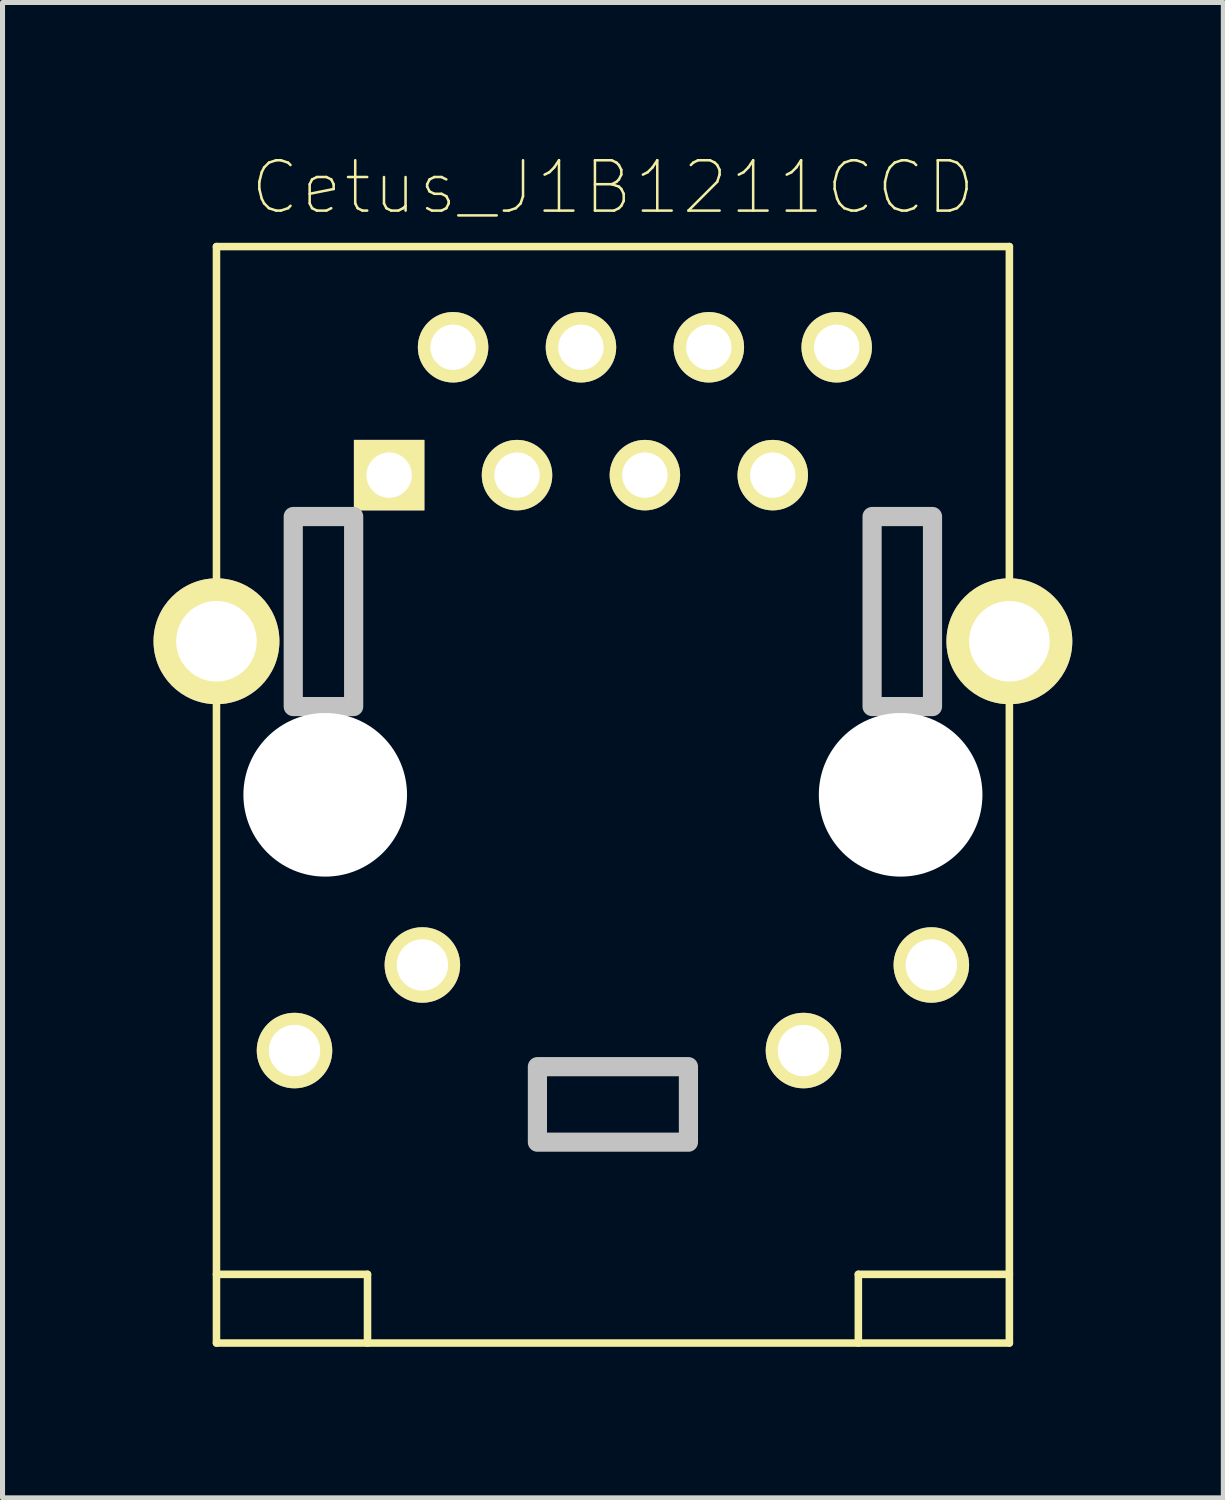
<source format=kicad_pcb>
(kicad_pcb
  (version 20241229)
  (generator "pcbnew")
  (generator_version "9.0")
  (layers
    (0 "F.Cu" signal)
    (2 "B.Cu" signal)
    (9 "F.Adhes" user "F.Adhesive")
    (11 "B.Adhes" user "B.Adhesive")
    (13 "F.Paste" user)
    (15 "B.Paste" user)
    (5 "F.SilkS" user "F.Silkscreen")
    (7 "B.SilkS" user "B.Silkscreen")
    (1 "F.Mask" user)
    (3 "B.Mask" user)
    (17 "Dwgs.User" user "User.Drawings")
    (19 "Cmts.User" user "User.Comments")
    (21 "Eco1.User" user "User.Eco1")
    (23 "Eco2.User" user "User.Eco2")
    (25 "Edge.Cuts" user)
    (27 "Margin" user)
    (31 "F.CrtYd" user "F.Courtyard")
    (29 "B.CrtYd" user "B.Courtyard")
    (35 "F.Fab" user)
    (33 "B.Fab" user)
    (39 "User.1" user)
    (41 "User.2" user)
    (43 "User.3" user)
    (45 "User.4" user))
  (footprint "Cetus_J1B1211CCD"
    (layer "F.Cu")
    (at 9.125 12.738)
    (property "Reference" "Cetus_J1B1211CCD" (at 0 -12.065 0) (layer "F.SilkS") (effects (font (size 1 1) (thickness 0.05))))
    (attr through_hole)
    (fp_line (start -7.875 -10.89) (end -7.875 10.89) (stroke (width 0.15) (type solid)) (layer "F.SilkS"))
    (fp_line (start -7.875 9.525) (end -4.875 9.525) (stroke (width 0.15) (type solid)) (layer "F.SilkS"))
    (fp_line (start -4.875 9.525) (end -4.875 10.89) (stroke (width 0.15) (type solid)) (layer "F.SilkS"))
    (fp_line (start 4.875 9.525) (end 4.875 10.89) (stroke (width 0.15) (type solid)) (layer "F.SilkS"))
    (fp_line (start 7.875 -10.89) (end -7.875 -10.89) (stroke (width 0.15) (type solid)) (layer "F.SilkS"))
    (fp_line (start 7.875 -10.89) (end 7.875 10.89) (stroke (width 0.15) (type solid)) (layer "F.SilkS"))
    (fp_line (start 7.875 9.525) (end 4.875 9.525) (stroke (width 0.15) (type solid)) (layer "F.SilkS"))
    (fp_line (start 7.875 10.89) (end -7.875 10.89) (stroke (width 0.15) (type solid)) (layer "F.SilkS"))
    (fp_poly (pts (xy -6.35 -5.528) (xy -5.15 -5.528) (xy -5.15 -1.753) (xy -6.35 -1.753)) (stroke (width 0.381) (type solid)) (fill no) (layer "Dwgs.User"))
    (fp_poly (pts (xy -1.5 5.4) (xy 1.5 5.4) (xy 1.5 6.9) (xy -1.5 6.9)) (stroke (width 0.381) (type solid)) (fill no) (layer "Dwgs.User"))
    (fp_poly (pts (xy 5.148 -5.528) (xy 6.348 -5.528) (xy 6.348 -1.753) (xy 5.148 -1.753)) (stroke (width 0.381) (type solid)) (fill no) (layer "Dwgs.User"))
    (pad "" np_thru_hole circle (at -5.715 0) (size 3.25 3.25) (drill 3.25) (layers "*.Cu" "*.Mask"))
    (pad "" np_thru_hole circle (at 5.715 0) (size 3.25 3.25) (drill 3.25) (layers "*.Cu" "*.Mask"))
    (pad "1" thru_hole rect (at -4.445 -6.35) (size 1.4 1.4) (drill 0.9) (layers "*.Cu" "*.Mask" "F.SilkS"))
    (pad "2" thru_hole circle (at -3.175 -8.89) (size 1.4 1.4) (drill 0.9) (layers "*.Cu" "*.Mask" "F.SilkS"))
    (pad "3" thru_hole circle (at -1.905 -6.35) (size 1.4 1.4) (drill 0.9) (layers "*.Cu" "*.Mask" "F.SilkS"))
    (pad "4" thru_hole circle (at -0.635 -8.89) (size 1.4 1.4) (drill 0.9) (layers "*.Cu" "*.Mask" "F.SilkS"))
    (pad "5" thru_hole circle (at 0.635 -6.35) (size 1.4 1.4) (drill 0.9) (layers "*.Cu" "*.Mask" "F.SilkS"))
    (pad "6" thru_hole circle (at 1.905 -8.89) (size 1.4 1.4) (drill 0.9) (layers "*.Cu" "*.Mask" "F.SilkS"))
    (pad "7" thru_hole circle (at 3.175 -6.35) (size 1.4 1.4) (drill 0.9) (layers "*.Cu" "*.Mask" "F.SilkS"))
    (pad "8" thru_hole circle (at 4.445 -8.89) (size 1.4 1.4) (drill 0.9) (layers "*.Cu" "*.Mask" "F.SilkS"))
    (pad "9" thru_hole circle (at -6.325 5.08) (size 1.5 1.5) (drill 1.02) (layers "*.Cu" "*.Mask" "F.SilkS"))
    (pad "10" thru_hole circle (at -3.785 3.38) (size 1.5 1.5) (drill 1.02) (layers "*.Cu" "*.Mask" "F.SilkS"))
    (pad "11" thru_hole circle (at 3.785 5.08) (size 1.5 1.5) (drill 1.02) (layers "*.Cu" "*.Mask" "F.SilkS"))
    (pad "12" thru_hole circle (at 6.325 3.38) (size 1.5 1.5) (drill 1.02) (layers "*.Cu" "*.Mask" "F.SilkS"))
    (pad "13" thru_hole circle (at -7.875 -3.05) (size 2.5 2.5) (drill 1.6) (layers "*.Cu" "*.Mask" "F.SilkS"))
    (pad "14" thru_hole circle (at 7.875 -3.05) (size 2.5 2.5) (drill 1.6) (layers "*.Cu" "*.Mask" "F.SilkS")))
  (gr_rect
    (start -3 -3)
    (end 21.25 26.703)
    (stroke (width 0.1) (type default))
    (fill no)
    (layer "Edge.Cuts")))
</source>
